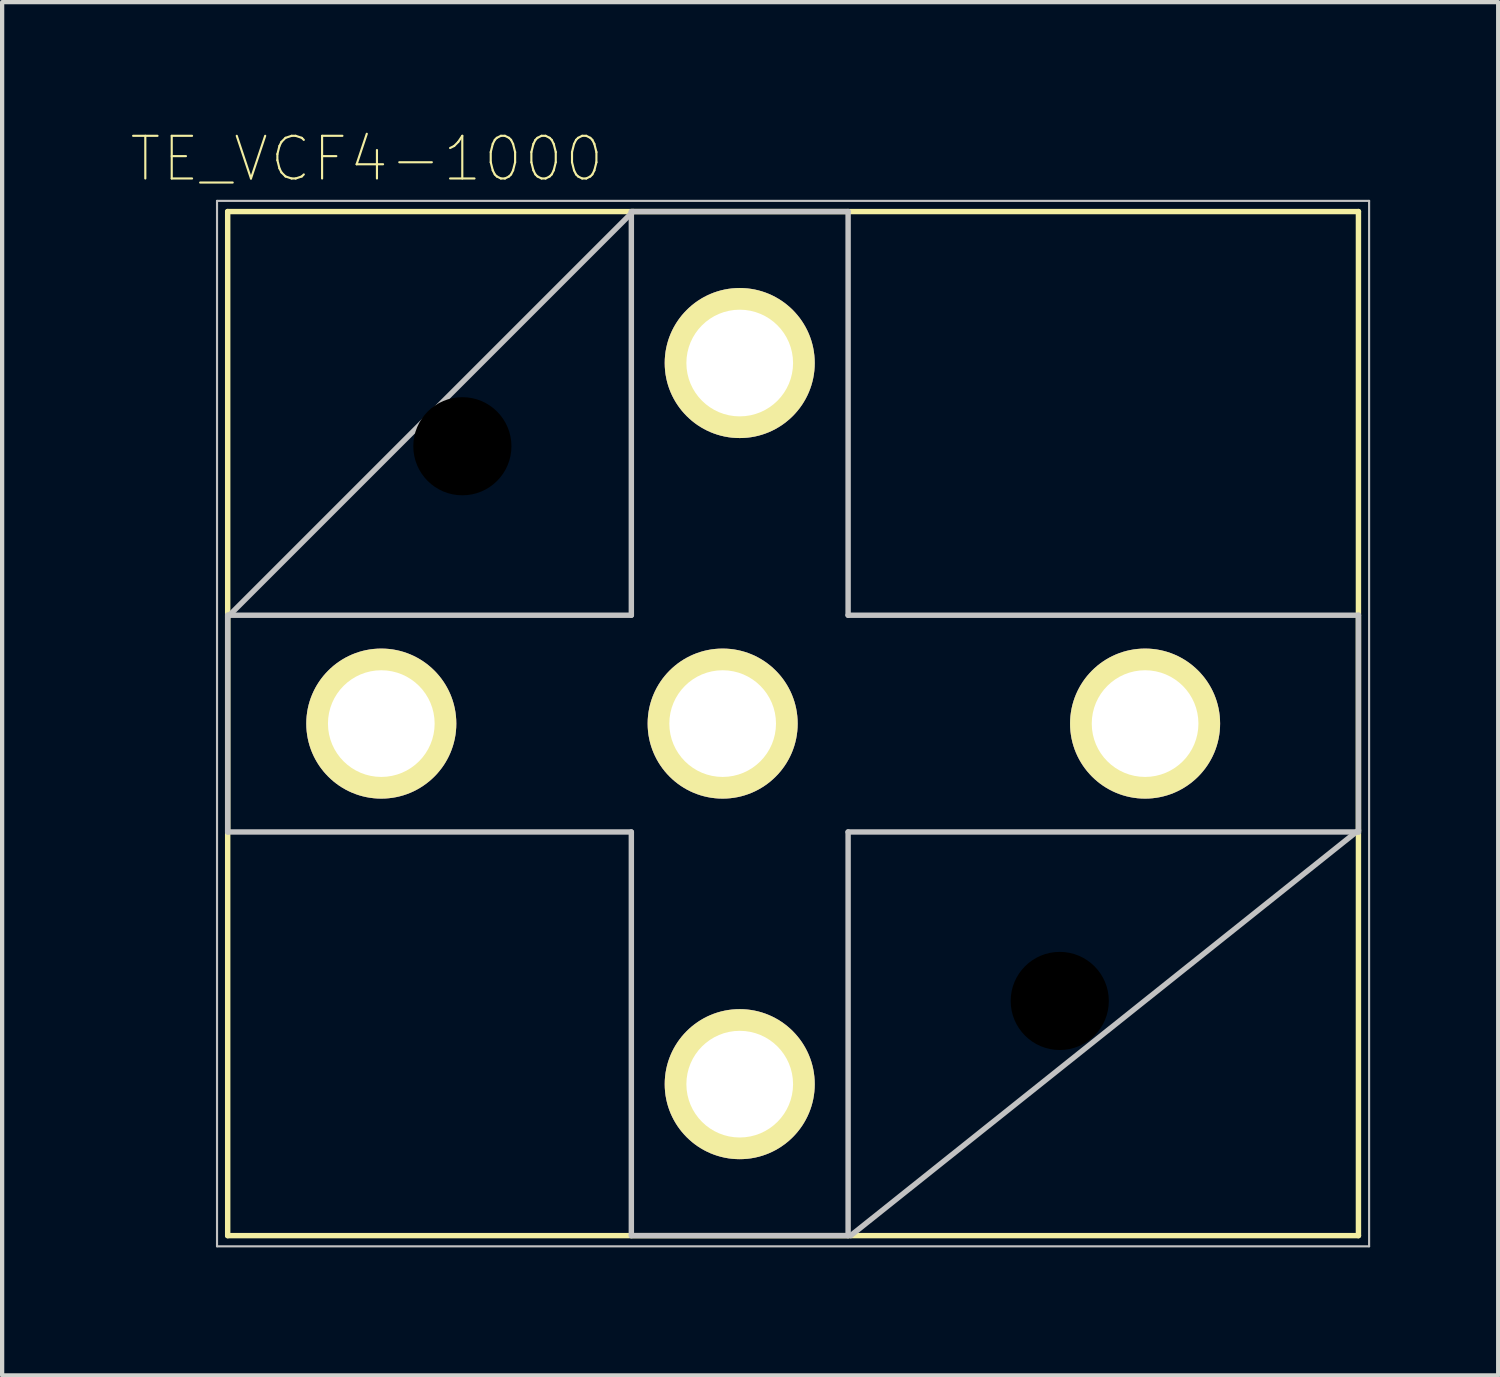
<source format=kicad_pcb>
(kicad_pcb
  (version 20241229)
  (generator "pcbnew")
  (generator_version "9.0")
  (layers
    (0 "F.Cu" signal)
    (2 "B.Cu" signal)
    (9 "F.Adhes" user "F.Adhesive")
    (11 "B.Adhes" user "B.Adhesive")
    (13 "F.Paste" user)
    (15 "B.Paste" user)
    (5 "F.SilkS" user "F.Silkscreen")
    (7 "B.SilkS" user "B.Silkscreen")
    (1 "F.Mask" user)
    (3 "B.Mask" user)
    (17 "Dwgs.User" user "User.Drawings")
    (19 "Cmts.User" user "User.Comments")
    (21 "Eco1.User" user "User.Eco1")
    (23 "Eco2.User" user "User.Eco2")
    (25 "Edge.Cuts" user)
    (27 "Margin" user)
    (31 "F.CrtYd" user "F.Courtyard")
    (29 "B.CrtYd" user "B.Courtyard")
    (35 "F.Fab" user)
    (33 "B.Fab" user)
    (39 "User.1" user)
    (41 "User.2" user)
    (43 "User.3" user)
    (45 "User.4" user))
  (footprint "TE_VCF4-1000"
    (layer "F.Cu")
    (at 14.286 13.908)
    (property "Reference" "TE_VCF4-1000" (at -8.74 -13.235 0) (layer "F.SilkS") (effects (font (size 1 1) (thickness 0.05))))
    (attr through_hole)
    (fp_line (start -12 -12) (end 14.5 -12) (stroke (width 0.127) (type solid)) (layer "F.SilkS"))
    (fp_line (start -12 12) (end -12 -12) (stroke (width 0.127) (type solid)) (layer "F.SilkS"))
    (fp_line (start 14.5 -12) (end 14.5 12) (stroke (width 0.127) (type solid)) (layer "F.SilkS"))
    (fp_line (start 14.5 12) (end -12 12) (stroke (width 0.127) (type solid)) (layer "F.SilkS"))
    (fp_line (start -12.25 -12.25) (end 14.75 -12.25) (stroke (width 0.05) (type solid)) (layer "Dwgs.User"))
    (fp_line (start -12.25 12.25) (end -12.25 -12.25) (stroke (width 0.05) (type solid)) (layer "Dwgs.User"))
    (fp_line (start -12 -2.54) (end -2.54 -2.54) (stroke (width 0.127) (type solid)) (layer "Dwgs.User"))
    (fp_line (start -12 -2.5) (end -12 -2.54) (stroke (width 0.127) (type solid)) (layer "Dwgs.User"))
    (fp_line (start -12 -2.5) (end -2.5 -12) (stroke (width 0.127) (type solid)) (layer "Dwgs.User"))
    (fp_line (start -12 2.54) (end -12 -2.5) (stroke (width 0.127) (type solid)) (layer "Dwgs.User"))
    (fp_line (start -2.54 -12) (end -2.5 -12) (stroke (width 0.127) (type solid)) (layer "Dwgs.User"))
    (fp_line (start -2.54 -2.54) (end -2.54 -12) (stroke (width 0.127) (type solid)) (layer "Dwgs.User"))
    (fp_line (start -2.54 2.54) (end -12 2.54) (stroke (width 0.127) (type solid)) (layer "Dwgs.User"))
    (fp_line (start -2.54 12) (end -2.54 2.54) (stroke (width 0.127) (type solid)) (layer "Dwgs.User"))
    (fp_line (start -2.5 -12) (end 2.54 -12) (stroke (width 0.127) (type solid)) (layer "Dwgs.User"))
    (fp_line (start 2.54 -12) (end 2.54 -2.54) (stroke (width 0.127) (type solid)) (layer "Dwgs.User"))
    (fp_line (start 2.54 -2.54) (end 14.5 -2.54) (stroke (width 0.127) (type solid)) (layer "Dwgs.User"))
    (fp_line (start 2.54 2.54) (end 2.54 12) (stroke (width 0.127) (type solid)) (layer "Dwgs.User"))
    (fp_line (start 2.54 12) (end -2.54 12) (stroke (width 0.127) (type solid)) (layer "Dwgs.User"))
    (fp_line (start 14.5 -2.54) (end 14.5 2.5) (stroke (width 0.127) (type solid)) (layer "Dwgs.User"))
    (fp_line (start 14.5 2.5) (end 2.6 12) (stroke (width 0.127) (type solid)) (layer "Dwgs.User"))
    (fp_line (start 14.5 2.5) (end 14.5 2.54) (stroke (width 0.127) (type solid)) (layer "Dwgs.User"))
    (fp_line (start 14.5 2.54) (end 2.54 2.54) (stroke (width 0.127) (type solid)) (layer "Dwgs.User"))
    (fp_line (start 14.75 -12.25) (end 14.75 12.25) (stroke (width 0.05) (type solid)) (layer "Dwgs.User"))
    (fp_line (start 14.75 12.25) (end -12.25 12.25) (stroke (width 0.05) (type solid)) (layer "Dwgs.User"))
    (pad "" np_thru_hole circle (at -6.5 -6.5) (size 2.3 2.3) (drill 2.3) (layers))
    (pad "" np_thru_hole circle (at 7.5 6.5) (size 2.3 2.3) (drill 2.3) (layers))
    (pad "30" thru_hole circle (at 9.5 0) (size 3.516 3.516) (drill 2.5) (layers "*.Cu" "*.Mask" "F.SilkS"))
    (pad "85" thru_hole circle (at 0 8.45) (size 3.516 3.516) (drill 2.5) (layers "*.Cu" "*.Mask" "F.SilkS"))
    (pad "86" thru_hole circle (at 0 -8.45) (size 3.516 3.516) (drill 2.5) (layers "*.Cu" "*.Mask" "F.SilkS"))
    (pad "87" thru_hole circle (at -8.4 0) (size 3.516 3.516) (drill 2.5) (layers "*.Cu" "*.Mask" "F.SilkS"))
    (pad "87A" thru_hole circle (at -0.4 0) (size 3.516 3.516) (drill 2.5) (layers "*.Cu" "*.Mask" "F.SilkS")))
  (gr_rect
    (start -3 -3)
    (end 32.061 29.183)
    (stroke (width 0.1) (type default))
    (fill no)
    (layer "Edge.Cuts")))
</source>
